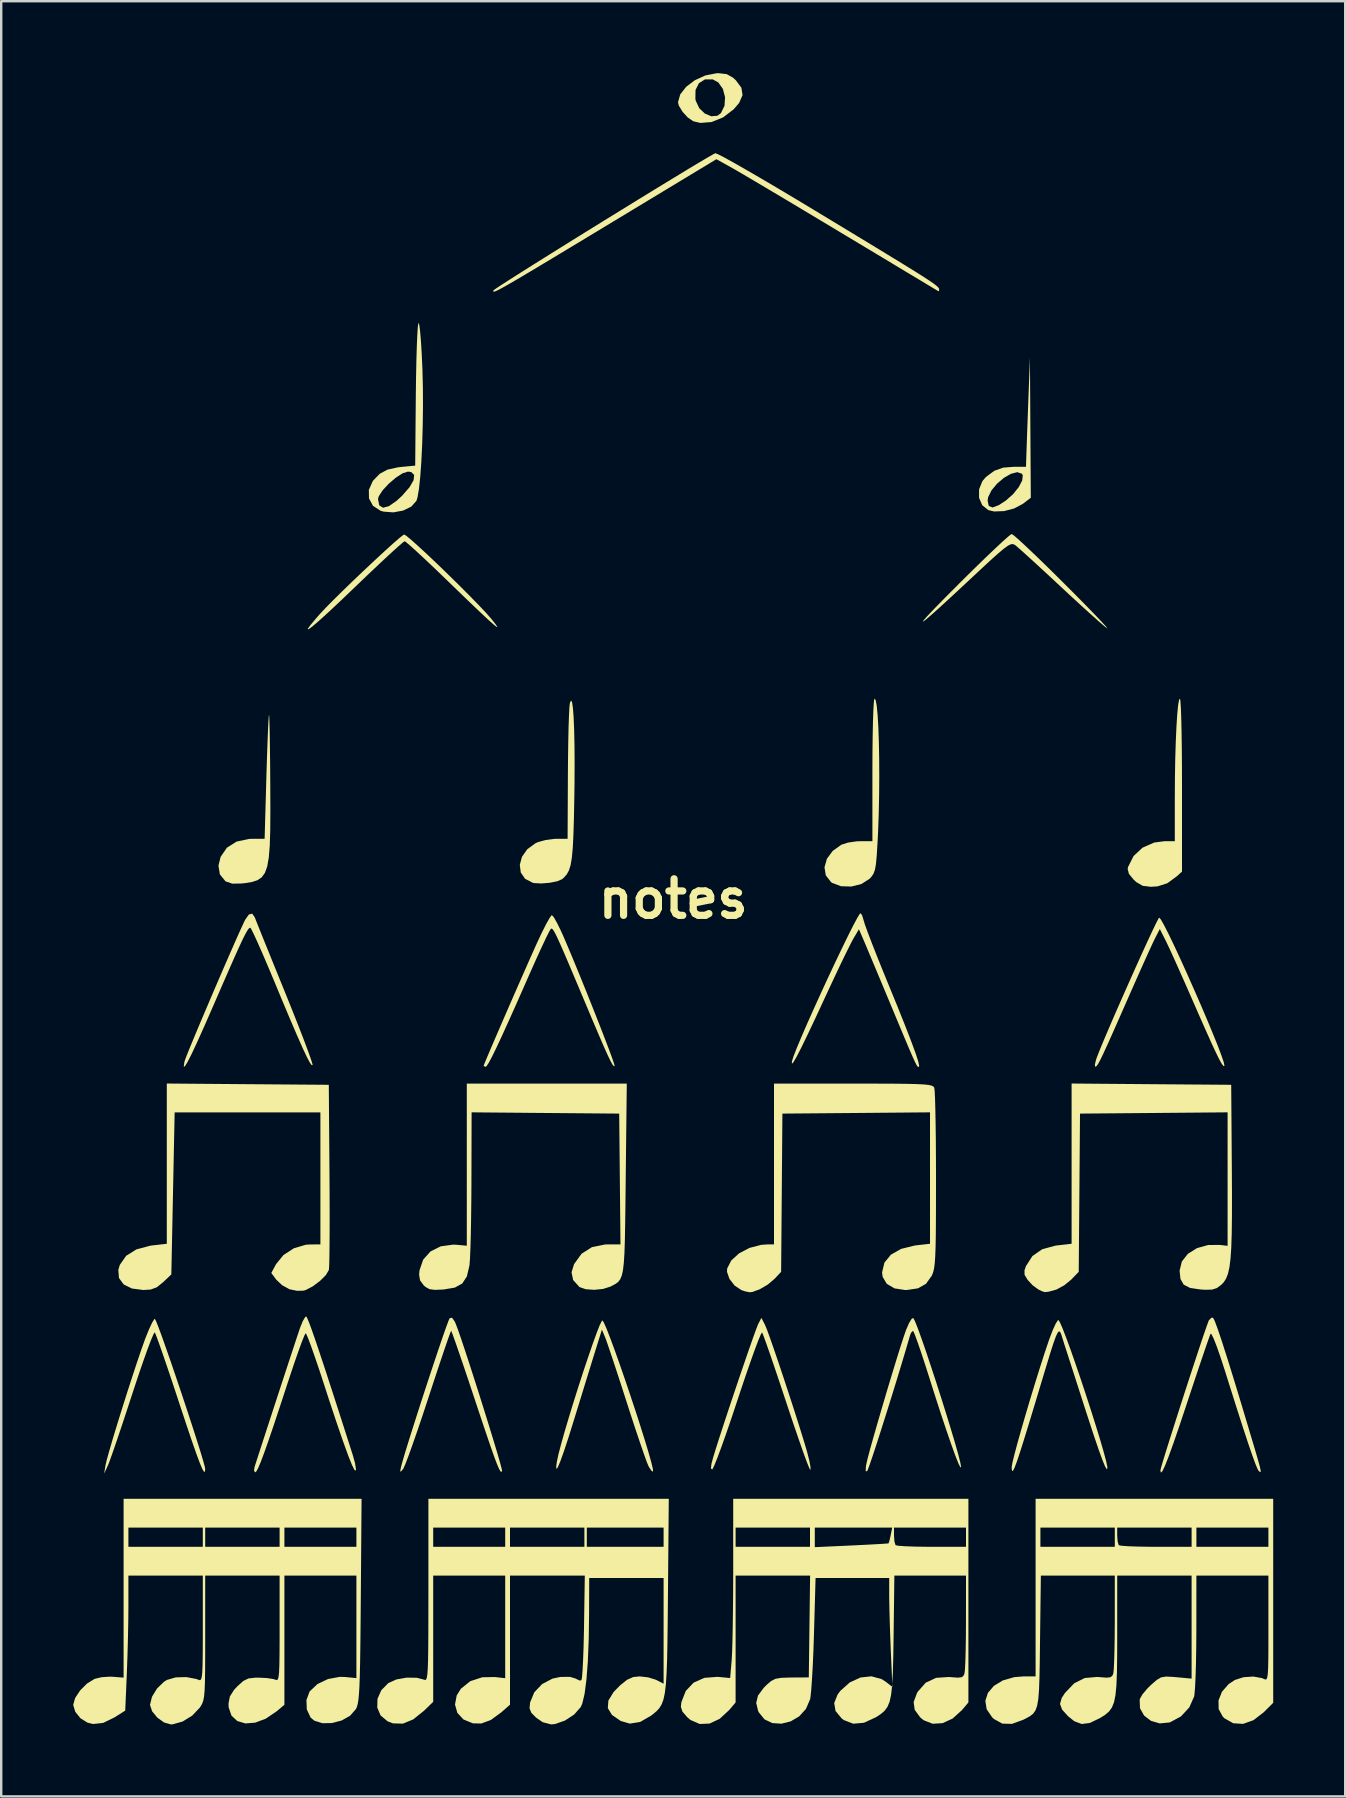
<source format=kicad_pcb>
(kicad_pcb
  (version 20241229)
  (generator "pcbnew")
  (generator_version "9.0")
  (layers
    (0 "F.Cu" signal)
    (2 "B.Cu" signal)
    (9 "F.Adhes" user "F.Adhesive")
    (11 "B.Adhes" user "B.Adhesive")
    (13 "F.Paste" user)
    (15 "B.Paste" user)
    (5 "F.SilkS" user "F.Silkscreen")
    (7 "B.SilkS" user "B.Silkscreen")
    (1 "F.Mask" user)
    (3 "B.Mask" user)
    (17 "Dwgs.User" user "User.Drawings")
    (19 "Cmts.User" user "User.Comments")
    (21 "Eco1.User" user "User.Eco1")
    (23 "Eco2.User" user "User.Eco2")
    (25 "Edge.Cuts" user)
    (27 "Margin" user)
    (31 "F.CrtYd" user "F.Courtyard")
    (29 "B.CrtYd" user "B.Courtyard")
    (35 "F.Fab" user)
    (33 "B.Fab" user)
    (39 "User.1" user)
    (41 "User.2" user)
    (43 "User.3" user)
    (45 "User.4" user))
  (footprint "notes"
    (layer "F.Cu")
    (at 25 34.4)
    (property "Reference" "notes" (at 0 0 0) (layer "F.SilkS") (effects (font (size 1.524 1.524) (thickness 0.3))))
    (attr board_only exclude_from_pos_files exclude_from_bom)
    (fp_poly (pts (xy 9.133 32.84) (xy 9.117 32.828) (xy 9.124 32.768) (xy 9.127 32.706)) (stroke (width 0) (type solid)) (fill yes) (layer "F.SilkS"))
    (fp_poly (pts (xy 8.685 32.513) (xy 8.853 32.62) (xy 9.117 32.828) (xy 9.08 33.163) (xy 9.016 33.457) (xy 8.925 33.674) (xy 8.803 33.838) (xy 8.643 33.973) (xy 8.45 34.1) (xy 7.947 34.332) (xy 7.501 34.371) (xy 7.108 34.219) (xy 7.02 34.152) (xy 6.765 33.843) (xy 6.708 33.511) (xy 6.85 33.154) (xy 6.962 33.004) (xy 7.359 32.65) (xy 7.806 32.445) (xy 8.262 32.396)) (stroke (width 0) (type solid)) (fill yes) (layer "F.SilkS"))
    (fp_poly (pts (xy 21.135 -8.232) (xy 21.153 -7.946) (xy 21.169 -7.506) (xy 21.182 -6.934) (xy 21.192 -6.254) (xy 21.198 -5.488) (xy 21.2 -4.712) (xy 21.2 -1.135) (xy 20.975 -0.93) (xy 20.586 -0.647) (xy 20.178 -0.518) (xy 19.899 -0.5) (xy 19.564 -0.541) (xy 19.298 -0.694) (xy 19.185 -0.799) (xy 18.987 -1.041) (xy 18.936 -1.242) (xy 18.951 -1.324) (xy 19.182 -1.782) (xy 19.557 -2.131) (xy 20.04 -2.344) (xy 20.475 -2.4) (xy 20.9 -2.4) (xy 20.9 -4.184) (xy 20.905 -5.018) (xy 20.918 -5.807) (xy 20.94 -6.529) (xy 20.968 -7.16) (xy 21.001 -7.68) (xy 21.038 -8.064) (xy 21.078 -8.29) (xy 21.115 -8.341)) (stroke (width 0) (type solid)) (fill yes) (layer "F.SilkS"))
    (fp_poly (pts (xy -16.83 -7.568) (xy -16.821 -7.288) (xy -16.811 -6.857) (xy -16.803 -6.301) (xy -16.795 -5.644) (xy -16.79 -4.912) (xy -16.788 -4.644) (xy -16.785 -3.662) (xy -16.79 -2.86) (xy -16.81 -2.221) (xy -16.85 -1.724) (xy -16.915 -1.35) (xy -17.012 -1.08) (xy -17.146 -0.894) (xy -17.323 -0.775) (xy -17.548 -0.701) (xy -17.828 -0.655) (xy -17.978 -0.638) (xy -18.368 -0.631) (xy -18.634 -0.72) (xy -18.664 -0.74) (xy -18.889 -1.017) (xy -18.948 -1.382) (xy -18.858 -1.747) (xy -18.595 -2.13) (xy -18.192 -2.384) (xy -17.67 -2.495) (xy -17.537 -2.5) (xy -17.024 -2.5) (xy -16.95 -5.105) (xy -16.929 -5.8) (xy -16.907 -6.423) (xy -16.887 -6.948) (xy -16.868 -7.348) (xy -16.851 -7.598) (xy -16.84 -7.673)) (stroke (width 0) (type solid)) (fill yes) (layer "F.SilkS"))
    (fp_poly (pts (xy 2.228 -34.362) (xy 2.489 -34.216) (xy 2.608 -34.108) (xy 2.842 -33.793) (xy 2.889 -33.486) (xy 2.748 -33.162) (xy 2.523 -32.899) (xy 2.083 -32.561) (xy 1.603 -32.366) (xy 1.131 -32.328) (xy 0.839 -32.398) (xy 0.61 -32.552) (xy 0.39 -32.792) (xy 0.236 -33.045) (xy 0.2 -33.188) (xy 0.24 -33.329) (xy 0.924 -33.329) (xy 0.942 -33.247) (xy 1.087 -32.941) (xy 1.318 -32.719) (xy 1.587 -32.606) (xy 1.842 -32.627) (xy 1.987 -32.735) (xy 2.138 -33.043) (xy 2.161 -33.4) (xy 2.07 -33.744) (xy 1.881 -34.014) (xy 1.651 -34.141) (xy 1.321 -34.141) (xy 1.071 -33.983) (xy 0.93 -33.701) (xy 0.924 -33.329) (xy 0.24 -33.329) (xy 0.294 -33.519) (xy 0.543 -33.836) (xy 0.906 -34.109) (xy 1.339 -34.306) (xy 1.799 -34.397) (xy 1.889 -34.4)) (stroke (width 0) (type solid)) (fill yes) (layer "F.SilkS"))
    (fp_poly (pts (xy 8.436 -8.278) (xy 8.48 -8.041) (xy 8.518 -7.652) (xy 8.548 -7.138) (xy 8.569 -6.523) (xy 8.582 -5.831) (xy 8.586 -5.088) (xy 8.58 -4.317) (xy 8.564 -3.544) (xy 8.537 -2.793) (xy 8.513 -2.324) (xy 8.481 -1.804) (xy 8.448 -1.444) (xy 8.404 -1.202) (xy 8.342 -1.038) (xy 8.252 -0.91) (xy 8.178 -0.832) (xy 7.842 -0.616) (xy 7.422 -0.511) (xy 6.993 -0.524) (xy 6.627 -0.66) (xy 6.575 -0.697) (xy 6.357 -0.978) (xy 6.304 -1.315) (xy 6.405 -1.668) (xy 6.647 -1.996) (xy 7.004 -2.252) (xy 7.278 -2.341) (xy 7.637 -2.394) (xy 7.795 -2.4) (xy 8.3 -2.4) (xy 8.3 -5.344) (xy 8.303 -6.091) (xy 8.311 -6.772) (xy 8.323 -7.362) (xy 8.339 -7.835) (xy 8.358 -8.165) (xy 8.379 -8.328) (xy 8.385 -8.341)) (stroke (width 0) (type solid)) (fill yes) (layer "F.SilkS"))
    (fp_poly (pts (xy -4.215 -8.195) (xy -4.179 -7.957) (xy -4.149 -7.565) (xy -4.127 -7.036) (xy -4.113 -6.385) (xy -4.108 -5.627) (xy -4.112 -4.779) (xy -4.12 -4.212) (xy -4.137 -3.346) (xy -4.158 -2.656) (xy -4.185 -2.119) (xy -4.223 -1.71) (xy -4.274 -1.407) (xy -4.344 -1.184) (xy -4.434 -1.019) (xy -4.549 -0.888) (xy -4.628 -0.818) (xy -4.83 -0.731) (xy -5.147 -0.667) (xy -5.496 -0.639) (xy -5.794 -0.655) (xy -5.85 -0.667) (xy -6.172 -0.834) (xy -6.351 -1.096) (xy -6.392 -1.415) (xy -6.301 -1.751) (xy -6.082 -2.063) (xy -5.74 -2.314) (xy -5.636 -2.362) (xy -5.32 -2.45) (xy -4.946 -2.497) (xy -4.853 -2.5) (xy -4.4 -2.5) (xy -4.388 -5.175) (xy -4.382 -5.903) (xy -4.372 -6.578) (xy -4.359 -7.17) (xy -4.342 -7.651) (xy -4.324 -7.989) (xy -4.306 -8.15) (xy -4.258 -8.265)) (stroke (width 0) (type solid)) (fill yes) (layer "F.SilkS"))
    (fp_poly (pts (xy 14.882 -19.63) (xy 14.9 -16.71) (xy 14.566 -16.455) (xy 14.207 -16.264) (xy 13.781 -16.154) (xy 13.37 -16.139) (xy 13.132 -16.195) (xy 12.875 -16.401) (xy 12.795 -16.588) (xy 13.1 -16.588) (xy 13.15 -16.367) (xy 13.306 -16.305) (xy 13.571 -16.404) (xy 13.862 -16.595) (xy 14.163 -16.862) (xy 14.399 -17.155) (xy 14.541 -17.429) (xy 14.566 -17.643) (xy 14.529 -17.711) (xy 14.337 -17.777) (xy 14.073 -17.708) (xy 13.779 -17.539) (xy 13.496 -17.299) (xy 13.264 -17.021) (xy 13.123 -16.738) (xy 13.1 -16.588) (xy 12.795 -16.588) (xy 12.744 -16.708) (xy 12.745 -17.06) (xy 12.88 -17.399) (xy 13.027 -17.572) (xy 13.379 -17.834) (xy 13.751 -17.966) (xy 14.193 -18) (xy 14.7 -18) (xy 14.713 -18.425) (xy 14.721 -18.662) (xy 14.735 -19.058) (xy 14.753 -19.57) (xy 14.775 -20.159) (xy 14.795 -20.7) (xy 14.864 -22.55)) (stroke (width 0) (type solid)) (fill yes) (layer "F.SilkS"))
    (fp_poly (pts (xy -17.725 7.724) (xy -14.35 7.75) (xy -14.322 11.5) (xy -14.317 12.355) (xy -14.315 13.152) (xy -14.316 13.87) (xy -14.32 14.483) (xy -14.326 14.968) (xy -14.335 15.303) (xy -14.346 15.462) (xy -14.347 15.466) (xy -14.471 15.677) (xy -14.714 15.92) (xy -15.013 16.145) (xy -15.307 16.299) (xy -15.4 16.327) (xy -15.668 16.334) (xy -15.975 16.272) (xy -15.991 16.267) (xy -16.291 16.103) (xy -16.537 15.873) (xy -16.539 15.87) (xy -16.746 15.59) (xy -16.548 15.223) (xy -16.239 14.843) (xy -15.805 14.561) (xy -15.308 14.414) (xy -15.125 14.402) (xy -14.7 14.4) (xy -14.7 8.9) (xy -20.773 8.9) (xy -20.911 15.65) (xy -21.254 15.975) (xy -21.515 16.186) (xy -21.769 16.28) (xy -22.076 16.3) (xy -22.554 16.238) (xy -22.899 16.066) (xy -23.093 15.8) (xy -23.12 15.461) (xy -23.058 15.254) (xy -22.794 14.876) (xy -22.367 14.608) (xy -21.784 14.453) (xy -21.678 14.44) (xy -21.1 14.374) (xy -21.1 7.697)) (stroke (width 0) (type solid)) (fill yes) (layer "F.SilkS"))
    (fp_poly (pts (xy 19.925 7.724) (xy 23.25 7.75) (xy 23.276 11.245) (xy 23.282 12.321) (xy 23.281 13.215) (xy 23.272 13.947) (xy 23.253 14.535) (xy 23.221 14.998) (xy 23.176 15.354) (xy 23.115 15.624) (xy 23.037 15.824) (xy 22.941 15.975) (xy 22.833 16.086) (xy 22.65 16.22) (xy 22.453 16.283) (xy 22.169 16.29) (xy 21.969 16.278) (xy 21.538 16.214) (xy 21.271 16.078) (xy 21.136 15.841) (xy 21.1 15.495) (xy 21.192 15.114) (xy 21.445 14.793) (xy 21.822 14.556) (xy 22.288 14.426) (xy 22.768 14.421) (xy 23.1 14.46) (xy 23.1 8.897) (xy 20.025 8.924) (xy 16.95 8.95) (xy 16.924 12.247) (xy 16.897 15.543) (xy 16.578 15.873) (xy 16.295 16.103) (xy 15.985 16.273) (xy 15.904 16.3) (xy 15.643 16.371) (xy 15.49 16.388) (xy 15.359 16.349) (xy 15.21 16.274) (xy 14.975 16.102) (xy 14.77 15.881) (xy 14.64 15.667) (xy 14.637 15.477) (xy 14.698 15.304) (xy 14.967 14.885) (xy 15.373 14.603) (xy 15.926 14.451) (xy 16.002 14.442) (xy 16.6 14.374) (xy 16.6 7.697)) (stroke (width 0) (type solid)) (fill yes) (layer "F.SilkS"))
    (fp_poly (pts (xy -11.116 -15.122) (xy -10.902 -14.944) (xy -10.595 -14.669) (xy -10.217 -14.319) (xy -9.793 -13.916) (xy -9.346 -13.483) (xy -8.898 -13.043) (xy -8.474 -12.617) (xy -8.096 -12.23) (xy -7.788 -11.903) (xy -7.574 -11.659) (xy -7.407 -11.449) (xy -7.33 -11.335) (xy -7.351 -11.324) (xy -7.476 -11.422) (xy -7.713 -11.634) (xy -8.069 -11.967) (xy -8.55 -12.426) (xy -9.164 -13.019) (xy -9.376 -13.225) (xy -9.861 -13.693) (xy -10.301 -14.11) (xy -10.675 -14.458) (xy -10.961 -14.717) (xy -11.14 -14.868) (xy -11.189 -14.9) (xy -11.281 -14.833) (xy -11.497 -14.645) (xy -11.817 -14.354) (xy -12.221 -13.977) (xy -12.69 -13.534) (xy -13.195 -13.05) (xy -13.833 -12.44) (xy -14.356 -11.949) (xy -14.761 -11.582) (xy -15.043 -11.34) (xy -15.2 -11.227) (xy -15.227 -11.246) (xy -15.121 -11.398) (xy -14.879 -11.687) (xy -14.714 -11.875) (xy -14.484 -12.12) (xy -14.161 -12.447) (xy -13.77 -12.833) (xy -13.336 -13.253) (xy -12.884 -13.683) (xy -12.439 -14.101) (xy -12.027 -14.482) (xy -11.673 -14.802) (xy -11.402 -15.037) (xy -11.24 -15.164) (xy -11.213 -15.179)) (stroke (width 0) (type solid)) (fill yes) (layer "F.SilkS"))
    (fp_poly (pts (xy 14.203 -15.132) (xy 14.423 -14.94) (xy 14.746 -14.641) (xy 15.153 -14.254) (xy 15.624 -13.796) (xy 16.141 -13.285) (xy 16.236 -13.191) (xy 16.745 -12.681) (xy 17.195 -12.224) (xy 17.571 -11.838) (xy 17.856 -11.538) (xy 18.035 -11.341) (xy 18.091 -11.265) (xy 18.085 -11.266) (xy 17.968 -11.356) (xy 17.727 -11.563) (xy 17.387 -11.867) (xy 16.968 -12.247) (xy 16.493 -12.684) (xy 16.178 -12.978) (xy 15.678 -13.443) (xy 15.217 -13.869) (xy 14.819 -14.233) (xy 14.506 -14.515) (xy 14.301 -14.694) (xy 14.24 -14.743) (xy 14.167 -14.779) (xy 14.079 -14.776) (xy 13.956 -14.718) (xy 13.779 -14.591) (xy 13.527 -14.379) (xy 13.182 -14.069) (xy 12.724 -13.643) (xy 12.396 -13.337) (xy 11.723 -12.71) (xy 11.186 -12.216) (xy 10.787 -11.857) (xy 10.525 -11.632) (xy 10.403 -11.543) (xy 10.421 -11.589) (xy 10.58 -11.771) (xy 10.881 -12.089) (xy 11.326 -12.543) (xy 11.915 -13.135) (xy 11.968 -13.188) (xy 12.492 -13.706) (xy 12.973 -14.175) (xy 13.394 -14.576) (xy 13.733 -14.893) (xy 13.974 -15.106) (xy 14.096 -15.198) (xy 14.104 -15.2)) (stroke (width 0) (type solid)) (fill yes) (layer "F.SilkS"))
    (fp_poly (pts (xy -2.892 17.652) (xy -2.781 17.902) (xy -2.63 18.288) (xy -2.446 18.785) (xy -2.239 19.365) (xy -2.019 20.001) (xy -1.794 20.666) (xy -1.572 21.334) (xy -1.365 21.976) (xy -1.179 22.567) (xy -1.025 23.079) (xy -0.911 23.486) (xy -0.846 23.759) (xy -0.84 23.873) (xy -0.91 23.827) (xy -1.021 23.655) (xy -1.031 23.634) (xy -1.102 23.462) (xy -1.222 23.128) (xy -1.382 22.664) (xy -1.572 22.099) (xy -1.781 21.462) (xy -1.936 20.981) (xy -2.153 20.308) (xy -2.356 19.683) (xy -2.538 19.135) (xy -2.686 18.695) (xy -2.79 18.393) (xy -2.833 18.281) (xy -2.97 17.95) (xy -3.282 18.95) (xy -3.418 19.39) (xy -3.596 19.964) (xy -3.796 20.614) (xy -4.003 21.285) (xy -4.135 21.713) (xy -4.367 22.456) (xy -4.559 23.037) (xy -4.708 23.452) (xy -4.811 23.694) (xy -4.867 23.758) (xy -4.873 23.638) (xy -4.848 23.46) (xy -4.787 23.168) (xy -4.677 22.746) (xy -4.53 22.223) (xy -4.353 21.626) (xy -4.156 20.983) (xy -3.948 20.324) (xy -3.738 19.676) (xy -3.534 19.067) (xy -3.347 18.525) (xy -3.185 18.079) (xy -3.058 17.757) (xy -2.973 17.586) (xy -2.953 17.567)) (stroke (width 0) (type solid)) (fill yes) (layer "F.SilkS"))
    (fp_poly (pts (xy -10.579 -23.905) (xy -10.545 -23.641) (xy -10.511 -23.237) (xy -10.479 -22.725) (xy -10.452 -22.135) (xy -10.449 -22.068) (xy -10.43 -21.299) (xy -10.426 -20.499) (xy -10.437 -19.697) (xy -10.46 -18.924) (xy -10.495 -18.209) (xy -10.54 -17.583) (xy -10.594 -17.077) (xy -10.655 -16.72) (xy -10.7 -16.58) (xy -10.913 -16.341) (xy -11.254 -16.176) (xy -11.662 -16.101) (xy -12.072 -16.133) (xy -12.2 -16.171) (xy -12.511 -16.376) (xy -12.66 -16.653) (xy -12.3 -16.653) (xy -12.246 -16.392) (xy -12.091 -16.295) (xy -11.845 -16.36) (xy -11.519 -16.588) (xy -11.295 -16.795) (xy -10.985 -17.151) (xy -10.816 -17.445) (xy -10.793 -17.662) (xy -10.919 -17.782) (xy -11.054 -17.8) (xy -11.278 -17.728) (xy -11.561 -17.544) (xy -11.854 -17.293) (xy -12.106 -17.021) (xy -12.267 -16.775) (xy -12.3 -16.653) (xy -12.66 -16.653) (xy -12.675 -16.681) (xy -12.682 -17.038) (xy -12.521 -17.399) (xy -12.492 -17.437) (xy -12.224 -17.712) (xy -11.905 -17.882) (xy -11.474 -17.977) (xy -11.3 -17.997) (xy -10.75 -18.05) (xy -10.724 -21.025) (xy -10.714 -21.773) (xy -10.7 -22.453) (xy -10.682 -23.038) (xy -10.662 -23.506) (xy -10.64 -23.831) (xy -10.617 -23.989) (xy -10.609 -24)) (stroke (width 0) (type solid)) (fill yes) (layer "F.SilkS"))
    (fp_poly (pts (xy -1.979 11.675) (xy -1.99 12.697) (xy -2.001 13.538) (xy -2.014 14.217) (xy -2.031 14.753) (xy -2.057 15.166) (xy -2.093 15.474) (xy -2.142 15.697) (xy -2.207 15.852) (xy -2.29 15.961) (xy -2.395 16.041) (xy -2.524 16.111) (xy -2.62 16.16) (xy -2.924 16.256) (xy -3.293 16.292) (xy -3.645 16.267) (xy -3.896 16.181) (xy -3.909 16.172) (xy -4.169 15.885) (xy -4.236 15.564) (xy -4.131 15.222) (xy -3.818 14.789) (xy -3.385 14.514) (xy -2.839 14.403) (xy -2.734 14.4) (xy -2.197 14.4) (xy -2.25 8.95) (xy -5.325 8.924) (xy -8.4 8.897) (xy -8.407 11.824) (xy -8.412 12.598) (xy -8.421 13.333) (xy -8.433 13.998) (xy -8.449 14.56) (xy -8.467 14.99) (xy -8.487 15.255) (xy -8.49 15.28) (xy -8.597 15.733) (xy -8.789 16.029) (xy -9.099 16.2) (xy -9.564 16.278) (xy -9.585 16.28) (xy -9.938 16.294) (xy -10.161 16.263) (xy -10.322 16.171) (xy -10.4 16.1) (xy -10.548 15.9) (xy -10.587 15.663) (xy -10.57 15.479) (xy -10.418 15.035) (xy -10.115 14.695) (xy -9.687 14.48) (xy -9.164 14.409) (xy -8.994 14.418) (xy -8.6 14.455) (xy -8.6 7.7) (xy -1.934 7.7)) (stroke (width 0) (type solid)) (fill yes) (layer "F.SilkS"))
    (fp_poly (pts (xy -15.257 17.455) (xy -15.184 17.625) (xy -15.074 17.92) (xy -14.924 18.348) (xy -14.731 18.919) (xy -14.492 19.642) (xy -14.204 20.526) (xy -13.863 21.581) (xy -13.467 22.814) (xy -13.336 23.225) (xy -13.255 23.525) (xy -13.22 23.755) (xy -13.224 23.823) (xy -13.277 23.803) (xy -13.384 23.591) (xy -13.545 23.189) (xy -13.759 22.598) (xy -14.027 21.818) (xy -14.348 20.852) (xy -14.551 20.225) (xy -14.753 19.611) (xy -14.938 19.067) (xy -15.096 18.62) (xy -15.218 18.295) (xy -15.295 18.122) (xy -15.313 18.1) (xy -15.364 18.191) (xy -15.467 18.444) (xy -15.609 18.833) (xy -15.783 19.33) (xy -15.976 19.906) (xy -16.048 20.125) (xy -16.375 21.121) (xy -16.647 21.941) (xy -16.87 22.596) (xy -17.049 23.102) (xy -17.188 23.471) (xy -17.293 23.718) (xy -17.368 23.857) (xy -17.419 23.9) (xy -17.419 23.9) (xy -17.466 23.821) (xy -17.443 23.675) (xy -17.364 23.425) (xy -17.235 23.027) (xy -17.068 22.512) (xy -16.873 21.912) (xy -16.66 21.259) (xy -16.44 20.585) (xy -16.222 19.92) (xy -16.018 19.297) (xy -15.837 18.747) (xy -15.69 18.302) (xy -15.587 17.993) (xy -15.547 17.875) (xy -15.437 17.603) (xy -15.337 17.431) (xy -15.295 17.4)) (stroke (width 0) (type solid)) (fill yes) (layer "F.SilkS"))
    (fp_poly (pts (xy 10.074 17.602) (xy 10.193 17.9) (xy 10.35 18.333) (xy 10.536 18.871) (xy 10.741 19.485) (xy 10.958 20.146) (xy 11.176 20.826) (xy 11.386 21.495) (xy 11.579 22.125) (xy 11.746 22.686) (xy 11.877 23.151) (xy 11.963 23.49) (xy 11.995 23.673) (xy 11.995 23.68) (xy 11.964 23.685) (xy 11.88 23.515) (xy 11.749 23.184) (xy 11.577 22.708) (xy 11.368 22.103) (xy 11.129 21.384) (xy 10.865 20.566) (xy 10.694 20.025) (xy 10.503 19.426) (xy 10.329 18.897) (xy 10.18 18.467) (xy 10.068 18.162) (xy 10.001 18.011) (xy 9.991 18) (xy 9.91 18.082) (xy 9.873 18.175) (xy 9.703 18.756) (xy 9.509 19.404) (xy 9.3 20.093) (xy 9.083 20.795) (xy 8.867 21.485) (xy 8.661 22.135) (xy 8.474 22.718) (xy 8.313 23.207) (xy 8.187 23.576) (xy 8.105 23.798) (xy 8.079 23.85) (xy 8.021 23.851) (xy 8.027 23.673) (xy 8.045 23.563) (xy 8.097 23.335) (xy 8.199 22.951) (xy 8.341 22.442) (xy 8.513 21.844) (xy 8.704 21.189) (xy 8.904 20.511) (xy 9.105 19.845) (xy 9.295 19.223) (xy 9.465 18.679) (xy 9.605 18.247) (xy 9.702 17.966) (xy 9.827 17.677) (xy 9.937 17.498) (xy 10.004 17.466)) (stroke (width 0) (type solid)) (fill yes) (layer "F.SilkS"))
    (fp_poly (pts (xy 3.826 17.756) (xy 3.902 17.939) (xy 4.027 18.281) (xy 4.191 18.749) (xy 4.383 19.312) (xy 4.592 19.937) (xy 4.808 20.593) (xy 5.021 21.247) (xy 5.219 21.867) (xy 5.392 22.421) (xy 5.53 22.877) (xy 5.59 23.088) (xy 5.676 23.43) (xy 5.721 23.682) (xy 5.719 23.797) (xy 5.713 23.8) (xy 5.665 23.709) (xy 5.562 23.451) (xy 5.415 23.049) (xy 5.232 22.527) (xy 5.02 21.909) (xy 4.788 21.217) (xy 4.708 20.975) (xy 4.47 20.259) (xy 4.25 19.605) (xy 4.056 19.036) (xy 3.896 18.577) (xy 3.779 18.252) (xy 3.712 18.086) (xy 3.703 18.07) (xy 3.655 18.141) (xy 3.554 18.379) (xy 3.408 18.764) (xy 3.226 19.272) (xy 3.015 19.881) (xy 2.783 20.569) (xy 2.686 20.862) (xy 2.447 21.583) (xy 2.222 22.239) (xy 2.02 22.809) (xy 1.85 23.268) (xy 1.721 23.592) (xy 1.641 23.758) (xy 1.625 23.775) (xy 1.571 23.736) (xy 1.593 23.546) (xy 1.663 23.282) (xy 1.77 22.933) (xy 1.92 22.462) (xy 2.103 21.899) (xy 2.309 21.275) (xy 2.528 20.62) (xy 2.749 19.964) (xy 2.963 19.338) (xy 3.158 18.772) (xy 3.325 18.297) (xy 3.453 17.942) (xy 3.532 17.739) (xy 3.544 17.713) (xy 3.675 17.462)) (stroke (width 0) (type solid)) (fill yes) (layer "F.SilkS"))
    (fp_poly (pts (xy 22.499 17.464) (xy 22.57 17.607) (xy 22.693 17.939) (xy 22.867 18.456) (xy 23.09 19.153) (xy 23.361 20.026) (xy 23.679 21.072) (xy 23.892 21.783) (xy 24.1 22.478) (xy 24.257 23.004) (xy 24.367 23.383) (xy 24.437 23.638) (xy 24.473 23.792) (xy 24.48 23.866) (xy 24.463 23.884) (xy 24.429 23.868) (xy 24.408 23.855) (xy 24.353 23.769) (xy 24.262 23.553) (xy 24.131 23.196) (xy 23.957 22.69) (xy 23.738 22.025) (xy 23.47 21.191) (xy 23.15 20.18) (xy 22.99 19.671) (xy 22.809 19.112) (xy 22.649 18.656) (xy 22.519 18.325) (xy 22.429 18.143) (xy 22.391 18.121) (xy 22.343 18.246) (xy 22.24 18.536) (xy 22.093 18.966) (xy 21.908 19.511) (xy 21.696 20.146) (xy 21.463 20.845) (xy 21.405 21.022) (xy 21.098 21.942) (xy 20.845 22.677) (xy 20.644 23.235) (xy 20.492 23.622) (xy 20.386 23.845) (xy 20.323 23.911) (xy 20.3 23.827) (xy 20.3 23.813) (xy 20.33 23.69) (xy 20.414 23.406) (xy 20.542 22.988) (xy 20.707 22.464) (xy 20.898 21.863) (xy 21.106 21.211) (xy 21.323 20.538) (xy 21.54 19.87) (xy 21.748 19.237) (xy 21.936 18.667) (xy 22.097 18.186) (xy 22.222 17.824) (xy 22.301 17.607) (xy 22.319 17.564) (xy 22.428 17.451)) (stroke (width 0) (type solid)) (fill yes) (layer "F.SilkS"))
    (fp_poly (pts (xy -21.55 17.591) (xy -21.449 17.845) (xy -21.305 18.235) (xy -21.128 18.735) (xy -20.925 19.316) (xy -20.708 19.953) (xy -20.484 20.617) (xy -20.263 21.282) (xy -20.053 21.921) (xy -19.865 22.506) (xy -19.706 23.01) (xy -19.587 23.407) (xy -19.516 23.669) (xy -19.5 23.759) (xy -19.512 23.87) (xy -19.55 23.873) (xy -19.619 23.758) (xy -19.724 23.511) (xy -19.869 23.121) (xy -20.06 22.576) (xy -20.3 21.864) (xy -20.595 20.973) (xy -20.602 20.95) (xy -20.838 20.237) (xy -21.057 19.585) (xy -21.25 19.019) (xy -21.41 18.564) (xy -21.527 18.242) (xy -21.592 18.079) (xy -21.601 18.066) (xy -21.65 18.134) (xy -21.752 18.371) (xy -21.897 18.751) (xy -22.076 19.253) (xy -22.282 19.852) (xy -22.505 20.526) (xy -22.536 20.621) (xy -22.768 21.329) (xy -22.987 21.991) (xy -23.185 22.578) (xy -23.352 23.062) (xy -23.477 23.413) (xy -23.55 23.602) (xy -23.552 23.605) (xy -23.711 23.95) (xy -23.653 23.6) (xy -23.602 23.379) (xy -23.497 23.002) (xy -23.351 22.502) (xy -23.172 21.913) (xy -22.972 21.27) (xy -22.762 20.604) (xy -22.551 19.951) (xy -22.351 19.343) (xy -22.172 18.815) (xy -22.025 18.4) (xy -21.983 18.287) (xy -21.837 17.929) (xy -21.709 17.656) (xy -21.619 17.512) (xy -21.6 17.5)) (stroke (width 0) (type solid)) (fill yes) (layer "F.SilkS"))
    (fp_poly (pts (xy -17.433 0.775) (xy -17.382 0.908) (xy -17.264 1.203) (xy -17.091 1.635) (xy -16.87 2.18) (xy -16.613 2.816) (xy -16.328 3.518) (xy -16.18 3.882) (xy -15.889 4.603) (xy -15.626 5.267) (xy -15.4 5.851) (xy -15.22 6.331) (xy -15.094 6.684) (xy -15.03 6.887) (xy -15.025 6.926) (xy -15.063 6.931) (xy -15.141 6.823) (xy -15.264 6.591) (xy -15.437 6.224) (xy -15.664 5.711) (xy -15.952 5.042) (xy -16.304 4.205) (xy -16.607 3.476) (xy -16.87 2.849) (xy -17.11 2.288) (xy -17.317 1.819) (xy -17.479 1.465) (xy -17.586 1.253) (xy -17.622 1.201) (xy -17.666 1.221) (xy -17.727 1.295) (xy -17.811 1.439) (xy -17.929 1.671) (xy -18.087 2.008) (xy -18.294 2.468) (xy -18.558 3.067) (xy -18.888 3.822) (xy -19.113 4.341) (xy -19.503 5.232) (xy -19.82 5.939) (xy -20.066 6.466) (xy -20.243 6.814) (xy -20.352 6.987) (xy -20.394 6.987) (xy -20.37 6.816) (xy -20.36 6.771) (xy -20.307 6.621) (xy -20.186 6.316) (xy -20.008 5.885) (xy -19.787 5.355) (xy -19.533 4.755) (xy -19.26 4.113) (xy -18.979 3.458) (xy -18.703 2.818) (xy -18.442 2.22) (xy -18.211 1.694) (xy -18.02 1.268) (xy -17.882 0.969) (xy -17.836 0.875) (xy -17.679 0.652) (xy -17.54 0.619)) (stroke (width 0) (type solid)) (fill yes) (layer "F.SilkS"))
    (fp_poly (pts (xy 7.871 0.686) (xy 7.934 0.895) (xy 7.936 0.904) (xy 7.99 1.08) (xy 8.11 1.411) (xy 8.285 1.867) (xy 8.501 2.417) (xy 8.749 3.032) (xy 8.911 3.429) (xy 9.326 4.442) (xy 9.661 5.278) (xy 9.919 5.943) (xy 10.101 6.44) (xy 10.211 6.777) (xy 10.249 6.958) (xy 10.242 6.991) (xy 10.218 7.008) (xy 10.188 6.994) (xy 10.143 6.931) (xy 10.074 6.798) (xy 9.973 6.576) (xy 9.829 6.244) (xy 9.635 5.784) (xy 9.38 5.176) (xy 9.119 4.55) (xy 8.838 3.876) (xy 8.572 3.24) (xy 8.335 2.673) (xy 8.138 2.205) (xy 7.996 1.866) (xy 7.929 1.709) (xy 7.739 1.268) (xy 7.507 1.659) (xy 7.397 1.866) (xy 7.22 2.221) (xy 6.991 2.692) (xy 6.729 3.245) (xy 6.447 3.848) (xy 6.353 4.05) (xy 5.938 4.945) (xy 5.599 5.662) (xy 5.334 6.207) (xy 5.139 6.586) (xy 5.011 6.806) (xy 4.948 6.872) (xy 4.945 6.79) (xy 4.951 6.762) (xy 5.015 6.559) (xy 5.149 6.217) (xy 5.339 5.762) (xy 5.575 5.218) (xy 5.845 4.613) (xy 6.136 3.972) (xy 6.436 3.32) (xy 6.735 2.683) (xy 7.019 2.087) (xy 7.277 1.558) (xy 7.497 1.121) (xy 7.667 0.801) (xy 7.775 0.626) (xy 7.804 0.6)) (stroke (width 0) (type solid)) (fill yes) (layer "F.SilkS"))
    (fp_poly (pts (xy -9.105 17.611) (xy -9.062 17.707) (xy -8.972 17.945) (xy -8.84 18.323) (xy -8.675 18.816) (xy -8.486 19.394) (xy -8.281 20.03) (xy -8.069 20.695) (xy -7.859 21.363) (xy -7.66 22.004) (xy -7.48 22.592) (xy -7.328 23.097) (xy -7.214 23.493) (xy -7.146 23.75) (xy -7.13 23.841) (xy -7.157 23.88) (xy -7.198 23.853) (xy -7.26 23.744) (xy -7.348 23.538) (xy -7.468 23.217) (xy -7.627 22.766) (xy -7.831 22.168) (xy -8.086 21.407) (xy -8.296 20.775) (xy -8.53 20.071) (xy -8.745 19.433) (xy -8.933 18.883) (xy -9.084 18.447) (xy -9.192 18.147) (xy -9.248 18.007) (xy -9.253 18) (xy -9.292 18.091) (xy -9.385 18.349) (xy -9.523 18.75) (xy -9.699 19.271) (xy -9.904 19.888) (xy -10.131 20.578) (xy -10.199 20.787) (xy -10.436 21.505) (xy -10.66 22.167) (xy -10.863 22.748) (xy -11.033 23.222) (xy -11.164 23.562) (xy -11.245 23.744) (xy -11.256 23.762) (xy -11.355 23.876) (xy -11.373 23.834) (xy -11.339 23.667) (xy -11.276 23.432) (xy -11.164 23.054) (xy -11.013 22.562) (xy -10.83 21.983) (xy -10.626 21.345) (xy -10.41 20.676) (xy -10.19 20.004) (xy -9.976 19.357) (xy -9.777 18.763) (xy -9.602 18.25) (xy -9.46 17.845) (xy -9.36 17.576) (xy -9.313 17.473) (xy -9.214 17.455)) (stroke (width 0) (type solid)) (fill yes) (layer "F.SilkS"))
    (fp_poly (pts (xy 16.111 17.641) (xy 16.222 17.896) (xy 16.374 18.288) (xy 16.557 18.788) (xy 16.761 19.37) (xy 16.978 20.007) (xy 17.198 20.669) (xy 17.413 21.332) (xy 17.613 21.965) (xy 17.79 22.543) (xy 17.934 23.038) (xy 18.037 23.423) (xy 18.088 23.669) (xy 18.092 23.729) (xy 18.064 23.767) (xy 17.993 23.648) (xy 17.878 23.367) (xy 17.715 22.916) (xy 17.502 22.288) (xy 17.237 21.477) (xy 17.147 21.2) (xy 16.937 20.547) (xy 16.734 19.915) (xy 16.55 19.344) (xy 16.399 18.875) (xy 16.293 18.549) (xy 16.279 18.504) (xy 16.218 18.306) (xy 16.169 18.149) (xy 16.124 18.049) (xy 16.076 18.02) (xy 16.019 18.078) (xy 15.944 18.237) (xy 15.844 18.513) (xy 15.713 18.921) (xy 15.544 19.477) (xy 15.327 20.194) (xy 15.086 20.995) (xy 14.822 21.865) (xy 14.609 22.556) (xy 14.442 23.084) (xy 14.315 23.462) (xy 14.223 23.706) (xy 14.161 23.828) (xy 14.124 23.844) (xy 14.106 23.767) (xy 14.103 23.68) (xy 14.131 23.51) (xy 14.211 23.18) (xy 14.333 22.72) (xy 14.49 22.162) (xy 14.671 21.535) (xy 14.868 20.87) (xy 15.073 20.198) (xy 15.275 19.55) (xy 15.466 18.955) (xy 15.637 18.445) (xy 15.67 18.35) (xy 15.808 17.987) (xy 15.934 17.71) (xy 16.026 17.563) (xy 16.048 17.55)) (stroke (width 0) (type solid)) (fill yes) (layer "F.SilkS"))
    (fp_poly (pts (xy 20.318 0.861) (xy 20.452 1.097) (xy 20.64 1.466) (xy 20.869 1.942) (xy 21.129 2.501) (xy 21.408 3.116) (xy 21.694 3.761) (xy 21.978 4.411) (xy 22.246 5.039) (xy 22.488 5.621) (xy 22.693 6.13) (xy 22.848 6.54) (xy 22.944 6.826) (xy 22.968 6.962) (xy 22.965 6.968) (xy 22.925 6.963) (xy 22.859 6.879) (xy 22.757 6.7) (xy 22.614 6.409) (xy 22.42 5.992) (xy 22.168 5.43) (xy 21.85 4.71) (xy 21.649 4.25) (xy 21.376 3.628) (xy 21.113 3.036) (xy 20.878 2.511) (xy 20.685 2.088) (xy 20.55 1.803) (xy 20.526 1.754) (xy 20.276 1.259) (xy 20.072 1.654) (xy 19.973 1.86) (xy 19.809 2.218) (xy 19.594 2.693) (xy 19.343 3.254) (xy 19.071 3.869) (xy 18.947 4.15) (xy 18.594 4.953) (xy 18.311 5.591) (xy 18.091 6.083) (xy 17.923 6.447) (xy 17.8 6.702) (xy 17.712 6.866) (xy 17.651 6.957) (xy 17.607 6.995) (xy 17.586 7) (xy 17.568 6.918) (xy 17.616 6.712) (xy 17.645 6.625) (xy 17.757 6.338) (xy 17.927 5.927) (xy 18.143 5.418) (xy 18.393 4.838) (xy 18.667 4.214) (xy 18.951 3.571) (xy 19.234 2.937) (xy 19.504 2.339) (xy 19.75 1.801) (xy 19.959 1.352) (xy 20.12 1.017) (xy 20.221 0.823) (xy 20.248 0.785)) (stroke (width 0) (type solid)) (fill yes) (layer "F.SilkS"))
    (fp_poly (pts (xy -4.976 0.767) (xy -4.844 0.998) (xy -4.678 1.335) (xy -4.574 1.566) (xy -4.367 2.05) (xy -4.131 2.616) (xy -3.876 3.236) (xy -3.613 3.885) (xy -3.354 4.535) (xy -3.107 5.159) (xy -2.884 5.732) (xy -2.695 6.227) (xy -2.551 6.616) (xy -2.462 6.874) (xy -2.439 6.973) (xy -2.474 6.973) (xy -2.528 6.909) (xy -2.61 6.762) (xy -2.729 6.515) (xy -2.892 6.152) (xy -3.108 5.653) (xy -3.385 5.002) (xy -3.68 4.3) (xy -4.035 3.458) (xy -4.32 2.783) (xy -4.545 2.257) (xy -4.718 1.862) (xy -4.847 1.581) (xy -4.94 1.397) (xy -5.005 1.291) (xy -5.051 1.245) (xy -5.086 1.242) (xy -5.095 1.247) (xy -5.159 1.35) (xy -5.289 1.609) (xy -5.471 1.995) (xy -5.694 2.48) (xy -5.942 3.036) (xy -6.003 3.174) (xy -6.45 4.187) (xy -6.824 5.025) (xy -7.131 5.7) (xy -7.375 6.222) (xy -7.562 6.602) (xy -7.696 6.851) (xy -7.782 6.978) (xy -7.814 7) (xy -7.899 6.967) (xy -7.9 6.963) (xy -7.862 6.86) (xy -7.755 6.603) (xy -7.591 6.217) (xy -7.382 5.731) (xy -7.14 5.171) (xy -6.878 4.567) (xy -6.606 3.944) (xy -6.337 3.331) (xy -6.083 2.754) (xy -5.856 2.242) (xy -5.686 1.863) (xy -5.479 1.421) (xy -5.294 1.054) (xy -5.149 0.797) (xy -5.063 0.682) (xy -5.055 0.68)) (stroke (width 0) (type solid)) (fill yes) (layer "F.SilkS"))
    (fp_poly (pts (xy 8.406 7.701) (xy 9.13 7.703) (xy 9.694 7.709) (xy 10.12 7.719) (xy 10.426 7.734) (xy 10.635 7.755) (xy 10.765 7.784) (xy 10.839 7.821) (xy 10.875 7.867) (xy 10.878 7.875) (xy 10.895 8.012) (xy 10.91 8.326) (xy 10.923 8.793) (xy 10.934 9.389) (xy 10.943 10.09) (xy 10.948 10.874) (xy 10.95 11.7) (xy 10.949 12.661) (xy 10.946 13.444) (xy 10.941 14.068) (xy 10.931 14.555) (xy 10.916 14.926) (xy 10.896 15.202) (xy 10.869 15.404) (xy 10.834 15.553) (xy 10.79 15.669) (xy 10.77 15.711) (xy 10.532 16.042) (xy 10.199 16.231) (xy 9.734 16.299) (xy 9.659 16.3) (xy 9.22 16.232) (xy 8.9 16.043) (xy 8.727 15.754) (xy 8.703 15.568) (xy 8.8 15.16) (xy 9.07 14.829) (xy 9.496 14.587) (xy 10.062 14.447) (xy 10.124 14.439) (xy 10.7 14.374) (xy 10.7 8.897) (xy 7.625 8.924) (xy 4.55 8.95) (xy 4.524 12.246) (xy 4.497 15.542) (xy 4.224 15.833) (xy 3.941 16.073) (xy 3.607 16.269) (xy 3.3 16.382) (xy 3.178 16.394) (xy 2.985 16.353) (xy 2.839 16.302) (xy 2.559 16.115) (xy 2.345 15.839) (xy 2.242 15.545) (xy 2.248 15.404) (xy 2.421 15.067) (xy 2.747 14.771) (xy 3.179 14.546) (xy 3.669 14.418) (xy 3.925 14.401) (xy 4.2 14.4) (xy 4.2 7.7) (xy 7.503 7.7)) (stroke (width 0) (type solid)) (fill yes) (layer "F.SilkS"))
    (fp_poly (pts (xy 1.864 -31.025) (xy 2.125 -30.891) (xy 2.52 -30.672) (xy 3.033 -30.38) (xy 3.645 -30.025) (xy 4.338 -29.617) (xy 5.095 -29.166) (xy 5.663 -28.824) (xy 6.756 -28.163) (xy 7.691 -27.597) (xy 8.479 -27.119) (xy 9.133 -26.72) (xy 9.667 -26.393) (xy 10.092 -26.13) (xy 10.421 -25.922) (xy 10.666 -25.762) (xy 10.841 -25.642) (xy 10.957 -25.554) (xy 11.028 -25.491) (xy 11.066 -25.443) (xy 11.08 -25.411) (xy 11.076 -25.317) (xy 11.038 -25.324) (xy 10.937 -25.384) (xy 10.681 -25.537) (xy 10.29 -25.773) (xy 9.779 -26.079) (xy 9.168 -26.447) (xy 8.472 -26.865) (xy 7.71 -27.323) (xy 7.05 -27.719) (xy 6.221 -28.217) (xy 5.422 -28.696) (xy 4.674 -29.143) (xy 3.998 -29.545) (xy 3.415 -29.891) (xy 2.947 -30.167) (xy 2.614 -30.361) (xy 2.475 -30.441) (xy 1.8 -30.817) (xy -1.225 -28.989) (xy -2.411 -28.272) (xy -3.437 -27.652) (xy -4.315 -27.122) (xy -5.056 -26.676) (xy -5.672 -26.306) (xy -6.175 -26.006) (xy -6.576 -25.769) (xy -6.887 -25.589) (xy -7.119 -25.459) (xy -7.283 -25.371) (xy -7.392 -25.32) (xy -7.456 -25.299) (xy -7.488 -25.301) (xy -7.499 -25.319) (xy -7.5 -25.342) (xy -7.418 -25.405) (xy -7.184 -25.561) (xy -6.817 -25.798) (xy -6.336 -26.103) (xy -5.76 -26.466) (xy -5.108 -26.874) (xy -4.398 -27.317) (xy -3.651 -27.781) (xy -2.884 -28.256) (xy -2.116 -28.729) (xy -1.368 -29.19) (xy -0.656 -29.626) (xy -0.001 -30.025) (xy 0.578 -30.377) (xy 1.064 -30.669) (xy 1.436 -30.889) (xy 1.676 -31.026) (xy 1.756 -31.066)) (stroke (width 0) (type solid)) (fill yes) (layer "F.SilkS"))
    (fp_poly (pts (xy -0.219 29.025) (xy -0.229 30.091) (xy -0.24 30.976) (xy -0.254 31.7) (xy -0.276 32.281) (xy -0.306 32.739) (xy -0.349 33.093) (xy -0.406 33.361) (xy -0.481 33.564) (xy -0.576 33.72) (xy -0.693 33.849) (xy -0.836 33.969) (xy -0.923 34.036) (xy -1.38 34.299) (xy -1.809 34.367) (xy -2.185 34.258) (xy -2.552 34.005) (xy -2.724 33.723) (xy -2.701 33.407) (xy -2.484 33.051) (xy -2.21 32.771) (xy -1.918 32.538) (xy -1.666 32.427) (xy -1.395 32.4) (xy -1.048 32.439) (xy -0.73 32.536) (xy -0.695 32.553) (xy -0.4 32.705) (xy -0.4 28.3) (xy -3.5 28.3) (xy -3.505 29.775) (xy -3.52 30.851) (xy -3.557 31.775) (xy -3.615 32.536) (xy -3.692 33.125) (xy -3.788 33.53) (xy -3.853 33.678) (xy -4.127 33.989) (xy -4.51 34.24) (xy -4.92 34.384) (xy -5.087 34.4) (xy -5.44 34.307) (xy -5.713 34.118) (xy -5.914 33.912) (xy -5.986 33.73) (xy -5.963 33.486) (xy -5.788 33.063) (xy -5.462 32.719) (xy -5.027 32.491) (xy -4.706 32.423) (xy -4.304 32.418) (xy -4.06 32.492) (xy -4.048 32.502) (xy -3.892 32.574) (xy -3.823 32.556) (xy -3.8 32.439) (xy -3.777 32.152) (xy -3.755 31.725) (xy -3.735 31.19) (xy -3.72 30.575) (xy -3.716 30.342) (xy -3.683 28.2) (xy -6.8 28.2) (xy -6.8 33.579) (xy -7.161 33.896) (xy -7.6 34.217) (xy -7.998 34.363) (xy -8.345 34.356) (xy -8.74 34.194) (xy -8.994 33.918) (xy -9.092 33.571) (xy -9.02 33.192) (xy -8.847 32.914) (xy -8.456 32.6) (xy -7.957 32.436) (xy -7.438 32.426) (xy -7 32.475) (xy -7 28.2) (xy -10 28.2) (xy -10 33.459) (xy -10.375 33.824) (xy -10.834 34.192) (xy -11.263 34.368) (xy -11.674 34.357) (xy -11.9 34.271) (xy -12.191 34.028) (xy -12.331 33.7) (xy -12.321 33.334) (xy -12.162 32.975) (xy -11.868 32.677) (xy -11.534 32.527) (xy -11.107 32.451) (xy -10.68 32.457) (xy -10.375 32.538) (xy -10.33 32.55) (xy -10.294 32.526) (xy -10.265 32.449) (xy -10.243 32.301) (xy -10.226 32.063) (xy -10.214 31.716) (xy -10.207 31.244) (xy -10.203 30.628) (xy -10.201 29.849) (xy -10.2 28.89) (xy -10.2 28.811) (xy -10.2 27) (xy -10 27) (xy -7 27) (xy -6.8 27) (xy -3.7 27) (xy -3.6 27) (xy -0.4 27) (xy -0.4 26.2) (xy -3.6 26.2) (xy -3.6 27) (xy -3.7 27) (xy -3.7 26.2) (xy -6.8 26.2) (xy -6.8 27) (xy -7 27) (xy -7 26.2) (xy -10 26.2) (xy -10 27) (xy -10.2 27) (xy -10.2 25) (xy -0.184 25)) (stroke (width 0) (type solid)) (fill yes) (layer "F.SilkS"))
    (fp_poly (pts (xy 12.3 33.485) (xy 12.03 33.806) (xy 11.642 34.157) (xy 11.224 34.348) (xy 10.81 34.373) (xy 10.434 34.225) (xy 10.292 34.108) (xy 10.063 33.793) (xy 10.018 33.469) (xy 10.156 33.098) (xy 10.196 33.03) (xy 10.523 32.661) (xy 10.953 32.46) (xy 11.494 32.424) (xy 11.559 32.43) (xy 11.867 32.453) (xy 12.033 32.431) (xy 12.112 32.348) (xy 12.139 32.267) (xy 12.157 32.102) (xy 12.173 31.772) (xy 12.186 31.312) (xy 12.195 30.759) (xy 12.199 30.146) (xy 12.199 30.125) (xy 12.2 28.2) (xy 9.215 28.2) (xy 9.183 30.725) (xy 9.17 31.573) (xy 9.152 32.246) (xy 9.127 32.706) (xy 9.066 31.304) (xy 9.042 30.697) (xy 9.022 30.093) (xy 9.008 29.55) (xy 9 29.13) (xy 9 29.034) (xy 9 28.3) (xy 5.932 28.3) (xy 5.866 30.625) (xy 5.843 31.312) (xy 5.815 31.954) (xy 5.783 32.517) (xy 5.751 32.966) (xy 5.72 33.267) (xy 5.705 33.35) (xy 5.531 33.755) (xy 5.247 34.067) (xy 4.893 34.274) (xy 4.508 34.37) (xy 4.132 34.345) (xy 3.805 34.19) (xy 3.565 33.896) (xy 3.538 33.838) (xy 3.459 33.505) (xy 3.532 33.2) (xy 3.77 32.877) (xy 3.897 32.75) (xy 4.082 32.591) (xy 4.261 32.501) (xy 4.5 32.459) (xy 4.864 32.447) (xy 4.932 32.446) (xy 5.65 32.442) (xy 5.677 30.321) (xy 5.704 28.2) (xy 2.6 28.2) (xy 2.6 33.485) (xy 2.338 33.796) (xy 1.936 34.168) (xy 1.516 34.365) (xy 1.103 34.382) (xy 0.72 34.215) (xy 0.581 34.096) (xy 0.385 33.868) (xy 0.32 33.671) (xy 0.34 33.476) (xy 0.525 33.004) (xy 0.852 32.66) (xy 1.3 32.46) (xy 1.848 32.418) (xy 1.901 32.423) (xy 2.373 32.468) (xy 2.437 31.719) (xy 2.453 31.424) (xy 2.468 30.963) (xy 2.48 30.368) (xy 2.49 29.674) (xy 2.497 28.913) (xy 2.5 28.119) (xy 2.5 27.985) (xy 2.5 27.015) (xy 5.9 27.015) (xy 7.425 26.945) (xy 7.954 26.919) (xy 8.406 26.895) (xy 8.747 26.875) (xy 8.942 26.86) (xy 8.974 26.855) (xy 9.008 26.754) (xy 9.058 26.536) (xy 9.058 26.533) (xy 9.2 26.533) (xy 9.218 26.78) (xy 9.263 26.929) (xy 9.267 26.933) (xy 9.386 26.957) (xy 9.667 26.977) (xy 10.073 26.992) (xy 10.566 26.999) (xy 10.767 27) (xy 12.2 27) (xy 12.2 26.2) (xy 9.2 26.2) (xy 9.2 26.533) (xy 9.058 26.533) (xy 9.061 26.518) (xy 9.125 26.2) (xy 5.9 26.2) (xy 5.9 27.015) (xy 2.5 27.015) (xy 2.5 27) (xy 2.6 27) (xy 5.7 27) (xy 5.7 26.2) (xy 2.6 26.2) (xy 2.6 27) (xy 2.5 27) (xy 2.5 25) (xy 12.3 25)) (stroke (width 0) (type solid)) (fill yes) (layer "F.SilkS"))
    (fp_poly (pts (xy -13.017 29.225) (xy -13.026 30.269) (xy -13.035 31.132) (xy -13.046 31.833) (xy -13.059 32.39) (xy -13.074 32.822) (xy -13.094 33.149) (xy -13.118 33.388) (xy -13.147 33.559) (xy -13.183 33.681) (xy -13.22 33.761) (xy -13.464 34.039) (xy -13.815 34.237) (xy -14.217 34.344) (xy -14.613 34.351) (xy -14.949 34.247) (xy -15.109 34.114) (xy -15.267 33.775) (xy -15.282 33.383) (xy -15.15 33.03) (xy -15.143 33.021) (xy -14.824 32.72) (xy -14.384 32.51) (xy -13.894 32.419) (xy -13.682 32.424) (xy -13.2 32.471) (xy -13.2 30.335) (xy -13.2 28.2) (xy -16.2 28.2) (xy -16.2 30.891) (xy -16.2 33.582) (xy -16.525 33.856) (xy -16.977 34.162) (xy -17.42 34.328) (xy -17.825 34.359) (xy -18.163 34.259) (xy -18.405 34.035) (xy -18.523 33.689) (xy -18.529 33.532) (xy -18.473 33.238) (xy -18.299 32.962) (xy -18.158 32.811) (xy -17.915 32.592) (xy -17.7 32.486) (xy -17.416 32.453) (xy -17.273 32.452) (xy -16.938 32.468) (xy -16.667 32.509) (xy -16.575 32.538) (xy -16.518 32.554) (xy -16.475 32.524) (xy -16.444 32.426) (xy -16.423 32.236) (xy -16.41 31.93) (xy -16.403 31.486) (xy -16.4 30.879) (xy -16.4 30.411) (xy -16.4 28.2) (xy -19.5 28.2) (xy -19.5 30.785) (xy -19.501 31.572) (xy -19.504 32.185) (xy -19.511 32.649) (xy -19.525 32.99) (xy -19.547 33.234) (xy -19.58 33.406) (xy -19.625 33.533) (xy -19.685 33.64) (xy -19.725 33.7) (xy -20.04 34.033) (xy -20.441 34.28) (xy -20.852 34.396) (xy -20.931 34.4) (xy -21.213 34.32) (xy -21.493 34.119) (xy -21.71 33.856) (xy -21.8 33.591) (xy -21.8 33.583) (xy -21.717 33.248) (xy -21.505 32.902) (xy -21.214 32.621) (xy -21.092 32.546) (xy -20.729 32.441) (xy -20.288 32.428) (xy -19.87 32.507) (xy -19.775 32.544) (xy -19.718 32.558) (xy -19.675 32.526) (xy -19.644 32.426) (xy -19.623 32.234) (xy -19.61 31.927) (xy -19.603 31.481) (xy -19.6 30.873) (xy -19.6 30.411) (xy -19.6 28.2) (xy -22.7 28.2) (xy -22.7 29.484) (xy -22.705 30.087) (xy -22.719 30.803) (xy -22.739 31.548) (xy -22.764 32.235) (xy -22.766 32.297) (xy -22.832 33.825) (xy -23.286 34.112) (xy -23.754 34.338) (xy -24.173 34.383) (xy -24.4 34.329) (xy -24.695 34.146) (xy -24.914 33.874) (xy -25 33.586) (xy -24.919 33.299) (xy -24.709 32.982) (xy -24.42 32.695) (xy -24.105 32.502) (xy -23.815 32.433) (xy -23.457 32.41) (xy -23.354 32.415) (xy -22.9 32.451) (xy -22.9 27) (xy -22.7 27) (xy -19.6 27) (xy -19.5 27) (xy -16.4 27) (xy -16.2 27) (xy -13.2 27) (xy -13.2 26.2) (xy -16.2 26.2) (xy -16.2 27) (xy -16.4 27) (xy -16.4 26.2) (xy -19.5 26.2) (xy -19.5 27) (xy -19.6 27) (xy -19.6 26.2) (xy -22.7 26.2) (xy -22.7 27) (xy -22.9 27) (xy -22.9 25) (xy -12.985 25)) (stroke (width 0) (type solid)) (fill yes) (layer "F.SilkS"))
    (fp_poly (pts (xy 25 33.5) (xy 24.606 33.894) (xy 24.178 34.224) (xy 23.746 34.378) (xy 23.335 34.352) (xy 22.97 34.146) (xy 22.897 34.073) (xy 22.727 33.76) (xy 22.721 33.401) (xy 22.865 33.039) (xy 23.145 32.719) (xy 23.404 32.548) (xy 23.765 32.433) (xy 24.173 32.406) (xy 24.531 32.47) (xy 24.607 32.504) (xy 24.67 32.53) (xy 24.717 32.519) (xy 24.751 32.447) (xy 24.775 32.289) (xy 24.789 32.023) (xy 24.797 31.626) (xy 24.8 31.074) (xy 24.8 30.404) (xy 24.8 28.2) (xy 21.8 28.2) (xy 21.798 30.525) (xy 21.793 31.211) (xy 21.782 31.851) (xy 21.765 32.412) (xy 21.744 32.857) (xy 21.719 33.154) (xy 21.706 33.236) (xy 21.504 33.692) (xy 21.155 34.068) (xy 20.708 34.309) (xy 20.676 34.319) (xy 20.272 34.358) (xy 19.907 34.252) (xy 19.62 34.031) (xy 19.45 33.727) (xy 19.436 33.371) (xy 19.443 33.342) (xy 19.546 33.155) (xy 19.751 32.91) (xy 19.913 32.75) (xy 20.148 32.547) (xy 20.33 32.44) (xy 20.536 32.406) (xy 20.842 32.422) (xy 20.965 32.433) (xy 21.6 32.492) (xy 21.6 28.2) (xy 18.5 28.2) (xy 18.5 30.703) (xy 18.498 31.562) (xy 18.489 32.245) (xy 18.467 32.776) (xy 18.428 33.179) (xy 18.367 33.479) (xy 18.277 33.701) (xy 18.155 33.867) (xy 17.996 34.002) (xy 17.793 34.13) (xy 17.775 34.14) (xy 17.359 34.34) (xy 17.021 34.383) (xy 16.712 34.267) (xy 16.457 34.063) (xy 16.204 33.784) (xy 16.117 33.547) (xy 16.188 33.297) (xy 16.324 33.09) (xy 16.711 32.685) (xy 17.149 32.467) (xy 17.667 32.422) (xy 17.749 32.429) (xy 18.061 32.453) (xy 18.229 32.432) (xy 18.31 32.353) (xy 18.339 32.267) (xy 18.357 32.102) (xy 18.373 31.772) (xy 18.386 31.312) (xy 18.395 30.759) (xy 18.399 30.146) (xy 18.399 30.125) (xy 18.4 28.2) (xy 15.319 28.2) (xy 15.284 30.935) (xy 15.274 31.776) (xy 15.261 32.441) (xy 15.243 32.953) (xy 15.213 33.336) (xy 15.166 33.614) (xy 15.098 33.809) (xy 15.003 33.947) (xy 14.877 34.05) (xy 14.714 34.142) (xy 14.586 34.207) (xy 14.116 34.378) (xy 13.716 34.368) (xy 13.367 34.176) (xy 13.292 34.108) (xy 13.06 33.767) (xy 13.006 33.419) (xy 13.112 33.087) (xy 13.361 32.795) (xy 13.733 32.569) (xy 14.209 32.431) (xy 14.597 32.4) (xy 15.1 32.4) (xy 15.1 27) (xy 15.3 27) (xy 18.4 27) (xy 18.4 26.533) (xy 18.5 26.533) (xy 18.518 26.78) (xy 18.563 26.929) (xy 18.567 26.933) (xy 18.685 26.957) (xy 18.967 26.977) (xy 19.375 26.991) (xy 19.872 26.999) (xy 20.117 27) (xy 21.6 27) (xy 21.8 27) (xy 24.8 27) (xy 24.8 26.2) (xy 21.8 26.2) (xy 21.8 27) (xy 21.6 27) (xy 21.6 26.2) (xy 18.5 26.2) (xy 18.5 26.533) (xy 18.4 26.533) (xy 18.4 26.2) (xy 15.3 26.2) (xy 15.3 27) (xy 15.1 27) (xy 15.1 25) (xy 25 25)) (stroke (width 0) (type solid)) (fill yes) (layer "F.SilkS")))
  (gr_rect
    (start -3 -3)
    (end 53 71.8)
    (stroke (width 0.1) (type default))
    (fill no)
    (layer "Edge.Cuts")))
</source>
